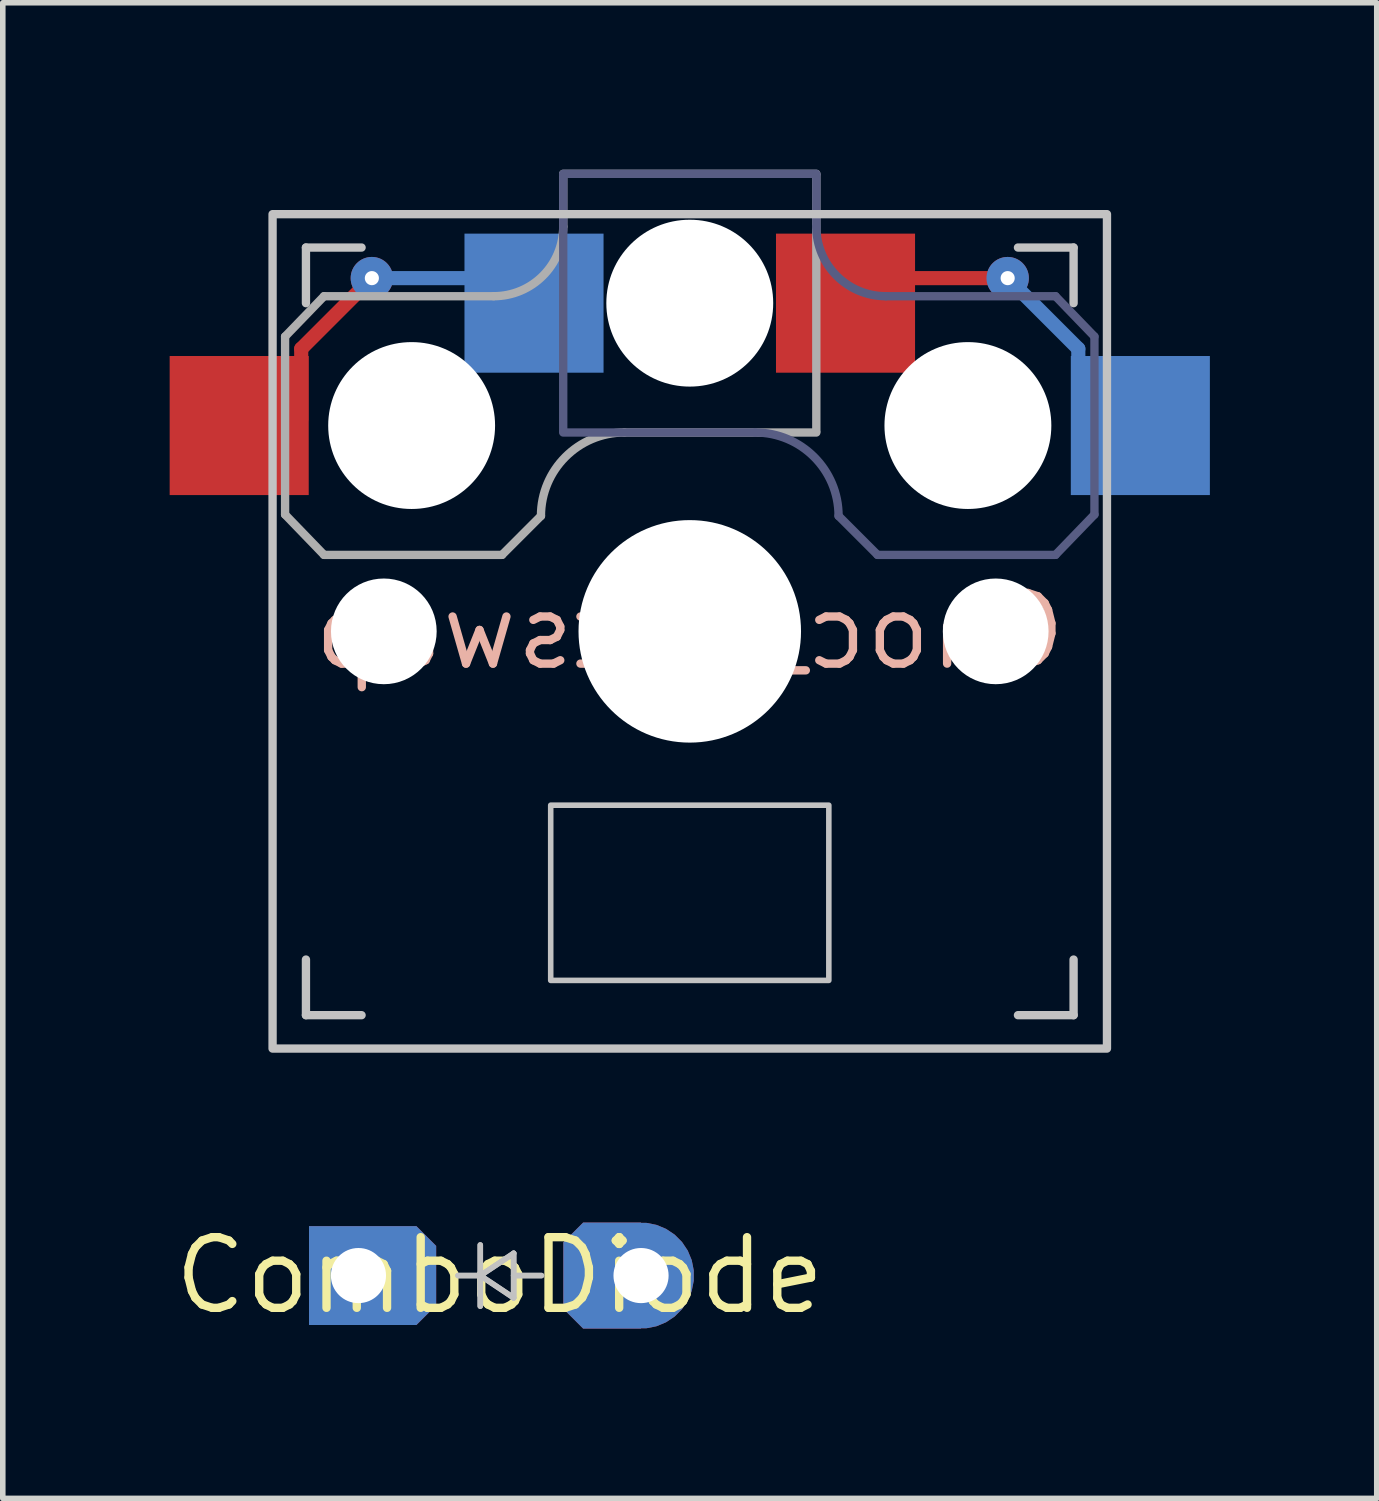
<source format=kicad_pcb>
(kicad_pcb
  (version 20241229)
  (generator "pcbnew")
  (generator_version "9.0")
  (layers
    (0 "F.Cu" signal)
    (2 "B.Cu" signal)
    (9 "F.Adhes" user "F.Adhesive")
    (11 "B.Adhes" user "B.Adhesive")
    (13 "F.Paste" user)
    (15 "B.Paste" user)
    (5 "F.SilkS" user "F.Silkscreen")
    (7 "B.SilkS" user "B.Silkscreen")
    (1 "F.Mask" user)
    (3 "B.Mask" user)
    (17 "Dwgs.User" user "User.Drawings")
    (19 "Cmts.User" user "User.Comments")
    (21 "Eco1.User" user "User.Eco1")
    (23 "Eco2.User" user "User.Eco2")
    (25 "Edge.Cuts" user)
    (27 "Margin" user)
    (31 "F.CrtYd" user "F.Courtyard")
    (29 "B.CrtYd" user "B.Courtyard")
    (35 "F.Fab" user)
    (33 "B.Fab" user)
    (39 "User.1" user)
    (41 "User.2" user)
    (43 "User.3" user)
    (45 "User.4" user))
  (footprint "ComboDiode"
    (layer "F.Cu")
    (at 5.934 19.881)
    (property "Reference" "ComboDiode" (at 0 0 180) (layer "F.SilkS") (effects (font (size 1.27 1.27) (thickness 0.15))))
    (attr through_hole)
    (fp_line (start -0.75 0) (end -0.35 0) (stroke (width 0.1) (type solid)) (layer "Dwgs.User"))
    (fp_line (start -0.75 0) (end -0.35 0) (stroke (width 0.1) (type solid)) (layer "Dwgs.User"))
    (fp_line (start -0.35 0) (end -0.35 -0.55) (stroke (width 0.1) (type solid)) (layer "Dwgs.User"))
    (fp_line (start -0.35 0) (end -0.35 -0.55) (stroke (width 0.1) (type solid)) (layer "Dwgs.User"))
    (fp_line (start -0.35 0) (end -0.35 0.55) (stroke (width 0.1) (type solid)) (layer "Dwgs.User"))
    (fp_line (start -0.35 0) (end -0.35 0.55) (stroke (width 0.1) (type solid)) (layer "Dwgs.User"))
    (fp_line (start -0.35 0) (end 0.25 -0.4) (stroke (width 0.1) (type solid)) (layer "Dwgs.User"))
    (fp_line (start -0.35 0) (end 0.25 -0.4) (stroke (width 0.1) (type solid)) (layer "Dwgs.User"))
    (fp_line (start 0.25 -0.4) (end 0.25 0.4) (stroke (width 0.1) (type solid)) (layer "Dwgs.User"))
    (fp_line (start 0.25 -0.4) (end 0.25 0.4) (stroke (width 0.1) (type solid)) (layer "Dwgs.User"))
    (fp_line (start 0.25 0) (end 0.75 0) (stroke (width 0.1) (type solid)) (layer "Dwgs.User"))
    (fp_line (start 0.25 0) (end 0.75 0) (stroke (width 0.1) (type solid)) (layer "Dwgs.User"))
    (fp_line (start 0.25 0.4) (end -0.35 0) (stroke (width 0.1) (type solid)) (layer "Dwgs.User"))
    (fp_line (start 0.25 0.4) (end -0.35 0) (stroke (width 0.1) (type solid)) (layer "Dwgs.User"))
    (pad "1" thru_hole roundrect (at -2.54 0) (size 2.286 1.778) (drill 0.991 (offset 0.254 0)) (layers "*.Cu" "*.Mask") (roundrect_rratio 0) (chamfer_ratio 0.2) (chamfer top_right bottom_right))
    (pad "2" thru_hole custom (at 2.54 0) (size 1.905 1.905) (drill 0.991) (layers "*.Cu" "*.Mask") (options (anchor circle)) (primitives (gr_poly (pts (xy 0 0.953) (xy 0 -0.953) (xy -1.041 -0.953) (xy -1.397 -0.597) (xy -1.397 0.597) (xy -1.041 0.953)) (width 0) (fill yes)))))
  (footprint "Choc_Hotswap"
    (layer "F.Cu")
    (at 9.35 8.3)
    (property "Reference" "Choc_Hotswap" (at 0 0 180) (layer "B.SilkS") (effects (font (size 1.27 1.27) (thickness 0.15)) (justify mirror)))
    (attr through_hole)
    (fp_line (start -6.985 -5.08) (end -5.715 -6.35) (stroke (width 0.254) (type default)) (layer "F.Cu"))
    (fp_line (start -6.985 -3.81) (end -6.985 -5.08) (stroke (width 0.254) (type default)) (layer "F.Cu"))
    (fp_line (start 5.715 -6.35) (end 1.905 -6.35) (stroke (width 0.254) (type default)) (layer "F.Cu"))
    (fp_line (start -5.715 -6.35) (end -1.905 -6.35) (stroke (width 0.254) (type default)) (layer "B.Cu"))
    (fp_line (start 6.985 -5.08) (end 5.715 -6.35) (stroke (width 0.254) (type default)) (layer "B.Cu"))
    (fp_line (start 6.985 -3.81) (end 6.985 -5.08) (stroke (width 0.254) (type default)) (layer "B.Cu"))
    (fp_line (start -6.9 -6.9) (end -6.9 -5.9) (stroke (width 0.15) (type solid)) (layer "Dwgs.User"))
    (fp_line (start -6.9 -6.9) (end -5.9 -6.9) (stroke (width 0.15) (type solid)) (layer "Dwgs.User"))
    (fp_line (start -6.9 5.9) (end -6.9 6.9) (stroke (width 0.15) (type solid)) (layer "Dwgs.User"))
    (fp_line (start -5.9 6.9) (end -6.9 6.9) (stroke (width 0.15) (type solid)) (layer "Dwgs.User"))
    (fp_line (start 5.9 -6.9) (end 6.9 -6.9) (stroke (width 0.15) (type solid)) (layer "Dwgs.User"))
    (fp_line (start 6.9 -5.9) (end 6.9 -6.9) (stroke (width 0.15) (type solid)) (layer "Dwgs.User"))
    (fp_line (start 6.9 6.9) (end 5.9 6.9) (stroke (width 0.15) (type solid)) (layer "Dwgs.User"))
    (fp_line (start 6.9 6.9) (end 6.9 5.9) (stroke (width 0.15) (type solid)) (layer "Dwgs.User"))
    (fp_rect (start -7.5 -7.5) (end 7.5 7.5) (stroke (width 0.15) (type default)) (fill no) (layer "Dwgs.User"))
    (fp_rect (start -2.5 3.125) (end 2.5 6.275) (stroke (width 0.1) (type default)) (fill no) (layer "Dwgs.User"))
    (fp_circle (center 0 0) (end 1 0) (stroke (width 0.1) (type default)) (fill no) (layer "Dwgs.User"))
    (fp_line (start -2.275 -8.225) (end 2.275 -8.225) (stroke (width 0.15) (type solid)) (layer "B.Fab"))
    (fp_line (start -2.275 -3.6) (end -2.275 -8.2) (stroke (width 0.15) (type solid)) (layer "B.Fab"))
    (fp_line (start -2.275 -3.575) (end 1.175 -3.575) (stroke (width 0.15) (type solid)) (layer "B.Fab"))
    (fp_line (start 2.275 -7.275) (end 2.275 -8.2) (stroke (width 0.15) (type solid)) (layer "B.Fab"))
    (fp_line (start 2.675 -2.075) (end 3.375 -1.375) (stroke (width 0.15) (type solid)) (layer "B.Fab"))
    (fp_line (start 3.375 -1.375) (end 6.575 -1.375) (stroke (width 0.15) (type solid)) (layer "B.Fab"))
    (fp_line (start 3.525 -6.025) (end 6.575 -6.025) (stroke (width 0.15) (type solid)) (layer "B.Fab"))
    (fp_line (start 6.575 -6.025) (end 7.275 -5.3) (stroke (width 0.15) (type solid)) (layer "B.Fab"))
    (fp_line (start 7.275 -2.1) (end 6.575 -1.375) (stroke (width 0.15) (type solid)) (layer "B.Fab"))
    (fp_line (start 7.275 -2.1) (end 7.275 -5.3) (stroke (width 0.15) (type solid)) (layer "B.Fab"))
    (fp_arc (start 1.175 -3.574999) (mid 2.235659 -3.135659) (end 2.674999 -2.075) (stroke (width 0.15) (type solid)) (layer "B.Fab"))
    (fp_arc (start 3.525 -6.025) (mid 2.641117 -6.391117) (end 2.275 -7.275) (stroke (width 0.15) (type default)) (layer "B.Fab"))
    (fp_line (start -7.275 -2.1) (end -7.275 -5.3) (stroke (width 0.15) (type solid)) (layer "F.Fab"))
    (fp_line (start -7.275 -2.1) (end -6.575 -1.375) (stroke (width 0.15) (type solid)) (layer "F.Fab"))
    (fp_line (start -6.575 -6.025) (end -7.275 -5.3) (stroke (width 0.15) (type solid)) (layer "F.Fab"))
    (fp_line (start -3.525 -6.025) (end -6.575 -6.025) (stroke (width 0.15) (type solid)) (layer "F.Fab"))
    (fp_line (start -3.375 -1.375) (end -6.575 -1.375) (stroke (width 0.15) (type solid)) (layer "F.Fab"))
    (fp_line (start -2.675 -2.075) (end -3.375 -1.375) (stroke (width 0.15) (type solid)) (layer "F.Fab"))
    (fp_line (start -2.275 -7.275) (end -2.275 -8.2) (stroke (width 0.15) (type solid)) (layer "F.Fab"))
    (fp_line (start 2.275 -8.225) (end -2.275 -8.225) (stroke (width 0.15) (type solid)) (layer "F.Fab"))
    (fp_line (start 2.275 -3.6) (end 2.275 -8.2) (stroke (width 0.15) (type solid)) (layer "F.Fab"))
    (fp_line (start 2.275 -3.575) (end -1.175 -3.575) (stroke (width 0.15) (type solid)) (layer "F.Fab"))
    (fp_arc (start -2.674999 -2.075) (mid -2.235659 -3.135659) (end -1.175 -3.574999) (stroke (width 0.15) (type solid)) (layer "F.Fab"))
    (fp_arc (start -2.275 -7.275) (mid -2.641116 -6.391116) (end -3.525 -6.025) (stroke (width 0.15) (type default)) (layer "F.Fab"))
    (pad "" np_thru_hole circle (at -5.5 0 90) (size 1.9 1.9) (drill 1.9) (layers "*.Cu" "*.Mask"))
    (pad "" np_thru_hole circle (at -5 -3.7 90) (size 3 3) (drill 3) (layers "*.Cu" "*.Mask"))
    (pad "" np_thru_hole circle (at 0 -5.9 90) (size 3 3) (drill 3) (layers "*.Cu" "*.Mask"))
    (pad "" np_thru_hole circle (at 0 0 90) (size 4 4) (drill 4) (layers "*.Cu" "*.Mask"))
    (pad "" np_thru_hole circle (at 5 -3.7 270) (size 3 3) (drill 3) (layers "*.Cu" "*.Mask"))
    (pad "" np_thru_hole circle (at 5.5 0 90) (size 1.9 1.9) (drill 1.9) (layers "*.Cu" "*.Mask"))
    (pad "1" smd rect (at -8.1 -3.7) (size 2.5 2.5) (layers "F.Cu" "F.Mask" "F.Paste"))
    (pad "1" thru_hole circle (at -5.715 -6.35 359) (size 0.762 0.762) (drill 0.254) (layers "*.Cu"))
    (pad "1" smd rect (at -2.8 -5.9) (size 2.5 2.5) (layers "B.Cu" "B.Mask" "B.Paste"))
    (pad "1" thru_hole circle (at 5.715 -6.35 1) (size 0.762 0.762) (drill 0.254) (layers "*.Cu"))
    (pad "2" smd rect (at 2.8 -5.9) (size 2.5 2.5) (layers "F.Cu" "F.Mask" "F.Paste"))
    (pad "2" smd rect (at 8.1 -3.7) (size 2.5 2.5) (layers "B.Cu" "B.Mask" "B.Paste")))
  (gr_rect
    (start -3 -3)
    (end 21.7 23.887)
    (stroke (width 0.1) (type default))
    (fill no)
    (layer "Edge.Cuts")))
</source>
